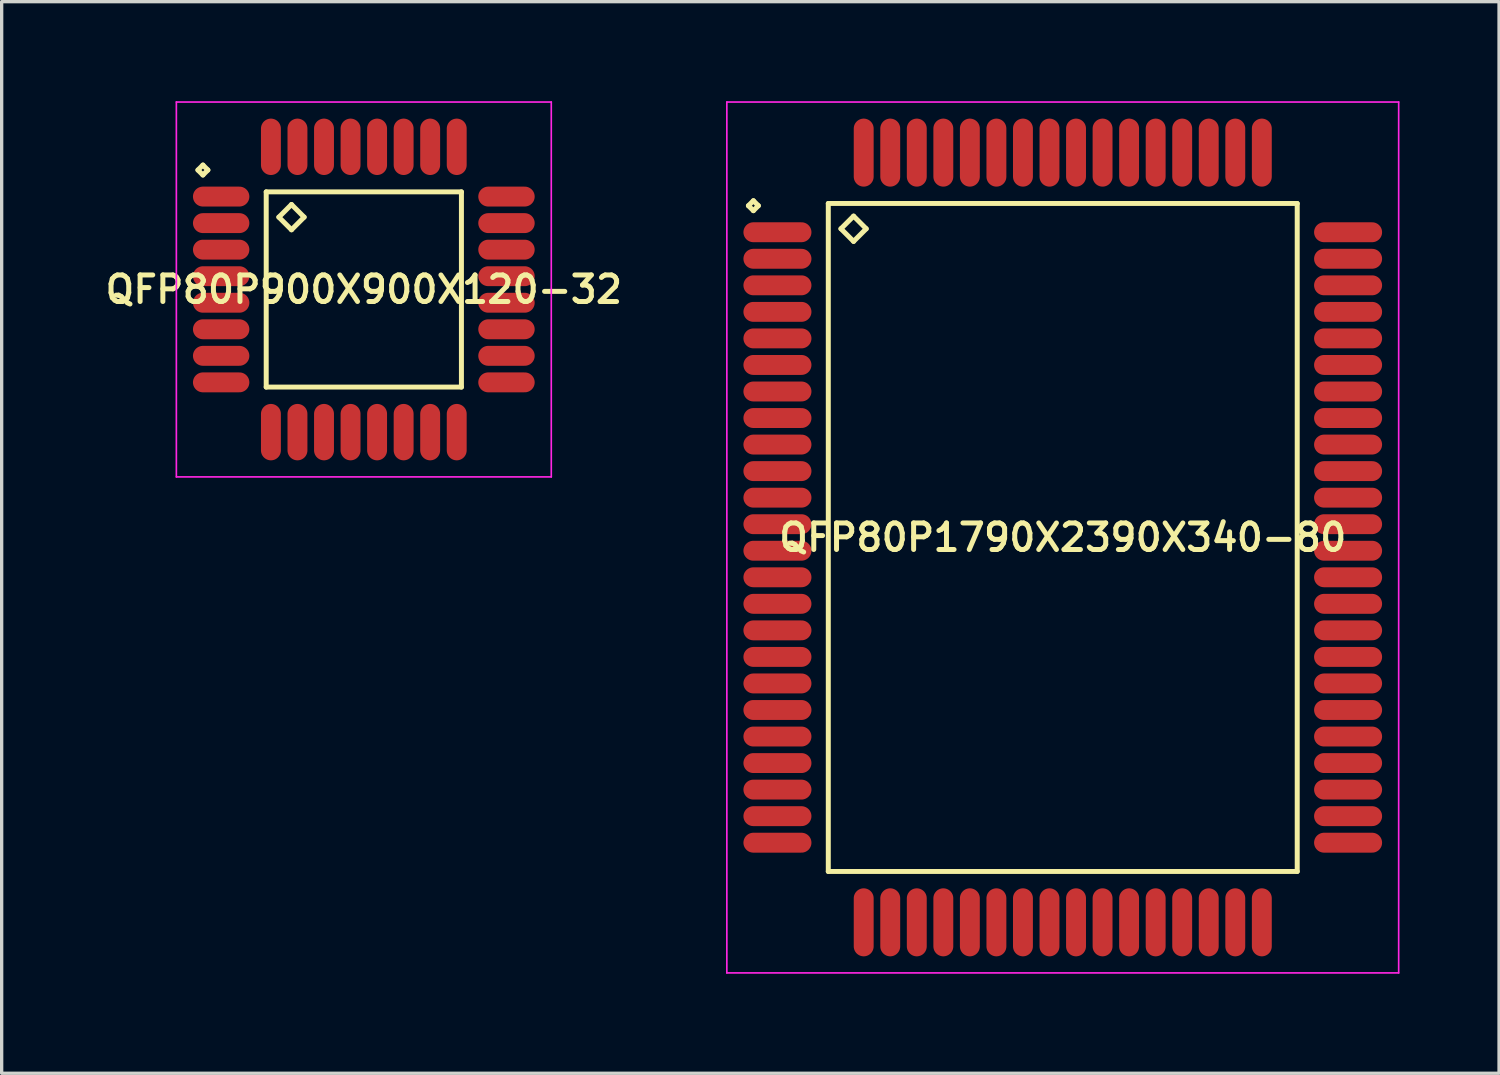
<source format=kicad_pcb>
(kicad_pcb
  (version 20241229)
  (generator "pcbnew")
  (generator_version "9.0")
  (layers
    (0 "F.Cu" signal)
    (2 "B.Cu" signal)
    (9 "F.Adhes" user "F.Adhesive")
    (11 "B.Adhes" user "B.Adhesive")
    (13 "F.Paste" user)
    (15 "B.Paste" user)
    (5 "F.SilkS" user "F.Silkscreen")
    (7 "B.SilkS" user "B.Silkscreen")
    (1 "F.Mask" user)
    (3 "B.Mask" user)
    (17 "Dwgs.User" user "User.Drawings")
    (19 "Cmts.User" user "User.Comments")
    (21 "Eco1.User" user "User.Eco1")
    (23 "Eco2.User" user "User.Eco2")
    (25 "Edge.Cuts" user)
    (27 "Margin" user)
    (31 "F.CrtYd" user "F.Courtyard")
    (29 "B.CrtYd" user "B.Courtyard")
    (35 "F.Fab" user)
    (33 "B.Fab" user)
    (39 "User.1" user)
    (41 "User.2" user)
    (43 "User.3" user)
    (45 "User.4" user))
  (footprint "QFP80P900X900X120-32"
    (layer "F.Cu")
    (at 7.916 5.675)
    (property "Reference" "QFP80P900X900X120-32" (at 0 0 0) (layer "F.SilkS") (effects (font (size 0.8 0.8) (thickness 0.15))))
    (attr smd)
    (fp_line (start -5 -3.6) (end -4.85 -3.75) (stroke (width 0.15) (type solid)) (layer "F.SilkS"))
    (fp_line (start -4.85 -3.75) (end -4.7 -3.6) (stroke (width 0.15) (type solid)) (layer "F.SilkS"))
    (fp_line (start -4.85 -3.45) (end -5 -3.6) (stroke (width 0.15) (type solid)) (layer "F.SilkS"))
    (fp_line (start -4.7 -3.6) (end -4.85 -3.45) (stroke (width 0.15) (type solid)) (layer "F.SilkS"))
    (fp_line (start -2.942 -2.942) (end -2.942 2.942) (stroke (width 0.15) (type solid)) (layer "F.SilkS"))
    (fp_line (start -2.942 2.942) (end 2.942 2.942) (stroke (width 0.15) (type solid)) (layer "F.SilkS"))
    (fp_line (start -2.561 -2.18) (end -2.18 -2.561) (stroke (width 0.15) (type solid)) (layer "F.SilkS"))
    (fp_line (start -2.18 -2.561) (end -1.799 -2.18) (stroke (width 0.15) (type solid)) (layer "F.SilkS"))
    (fp_line (start -2.18 -1.799) (end -2.561 -2.18) (stroke (width 0.15) (type solid)) (layer "F.SilkS"))
    (fp_line (start -1.799 -2.18) (end -2.18 -1.799) (stroke (width 0.15) (type solid)) (layer "F.SilkS"))
    (fp_line (start 2.942 -2.942) (end -2.942 -2.942) (stroke (width 0.15) (type solid)) (layer "F.SilkS"))
    (fp_line (start 2.942 2.942) (end 2.942 -2.942) (stroke (width 0.15) (type solid)) (layer "F.SilkS"))
    (fp_line (start -5.65 -5.65) (end 5.65 -5.65) (stroke (width 0.05) (type solid)) (layer "F.CrtYd"))
    (fp_line (start -5.65 5.65) (end -5.65 -5.65) (stroke (width 0.05) (type solid)) (layer "F.CrtYd"))
    (fp_line (start 5.65 -5.65) (end 5.65 5.65) (stroke (width 0.05) (type solid)) (layer "F.CrtYd"))
    (fp_line (start 5.65 5.65) (end -5.65 5.65) (stroke (width 0.05) (type solid)) (layer "F.CrtYd"))
    (pad "1" smd oval (at -4.3 -2.8) (size 1.7 0.6) (layers "F.Cu" "F.Mask" "F.Paste"))
    (pad "2" smd oval (at -4.3 -2) (size 1.7 0.6) (layers "F.Cu" "F.Mask" "F.Paste"))
    (pad "3" smd oval (at -4.3 -1.2) (size 1.7 0.6) (layers "F.Cu" "F.Mask" "F.Paste"))
    (pad "4" smd oval (at -4.3 -0.4) (size 1.7 0.6) (layers "F.Cu" "F.Mask" "F.Paste"))
    (pad "5" smd oval (at -4.3 0.4) (size 1.7 0.6) (layers "F.Cu" "F.Mask" "F.Paste"))
    (pad "6" smd oval (at -4.3 1.2) (size 1.7 0.6) (layers "F.Cu" "F.Mask" "F.Paste"))
    (pad "7" smd oval (at -4.3 2) (size 1.7 0.6) (layers "F.Cu" "F.Mask" "F.Paste"))
    (pad "8" smd oval (at -4.3 2.8) (size 1.7 0.6) (layers "F.Cu" "F.Mask" "F.Paste"))
    (pad "9" smd oval (at -2.8 4.3) (size 0.6 1.7) (layers "F.Cu" "F.Mask" "F.Paste"))
    (pad "10" smd oval (at -2 4.3) (size 0.6 1.7) (layers "F.Cu" "F.Mask" "F.Paste"))
    (pad "11" smd oval (at -1.2 4.3) (size 0.6 1.7) (layers "F.Cu" "F.Mask" "F.Paste"))
    (pad "12" smd oval (at -0.4 4.3) (size 0.6 1.7) (layers "F.Cu" "F.Mask" "F.Paste"))
    (pad "13" smd oval (at 0.4 4.3) (size 0.6 1.7) (layers "F.Cu" "F.Mask" "F.Paste"))
    (pad "14" smd oval (at 1.2 4.3) (size 0.6 1.7) (layers "F.Cu" "F.Mask" "F.Paste"))
    (pad "15" smd oval (at 2 4.3) (size 0.6 1.7) (layers "F.Cu" "F.Mask" "F.Paste"))
    (pad "16" smd oval (at 2.8 4.3) (size 0.6 1.7) (layers "F.Cu" "F.Mask" "F.Paste"))
    (pad "17" smd oval (at 4.3 2.8) (size 1.7 0.6) (layers "F.Cu" "F.Mask" "F.Paste"))
    (pad "18" smd oval (at 4.3 2) (size 1.7 0.6) (layers "F.Cu" "F.Mask" "F.Paste"))
    (pad "19" smd oval (at 4.3 1.2) (size 1.7 0.6) (layers "F.Cu" "F.Mask" "F.Paste"))
    (pad "20" smd oval (at 4.3 0.4) (size 1.7 0.6) (layers "F.Cu" "F.Mask" "F.Paste"))
    (pad "21" smd oval (at 4.3 -0.4) (size 1.7 0.6) (layers "F.Cu" "F.Mask" "F.Paste"))
    (pad "22" smd oval (at 4.3 -1.2) (size 1.7 0.6) (layers "F.Cu" "F.Mask" "F.Paste"))
    (pad "23" smd oval (at 4.3 -2) (size 1.7 0.6) (layers "F.Cu" "F.Mask" "F.Paste"))
    (pad "24" smd oval (at 4.3 -2.8) (size 1.7 0.6) (layers "F.Cu" "F.Mask" "F.Paste"))
    (pad "25" smd oval (at 2.8 -4.3) (size 0.6 1.7) (layers "F.Cu" "F.Mask" "F.Paste"))
    (pad "26" smd oval (at 2 -4.3) (size 0.6 1.7) (layers "F.Cu" "F.Mask" "F.Paste"))
    (pad "27" smd oval (at 1.2 -4.3) (size 0.6 1.7) (layers "F.Cu" "F.Mask" "F.Paste"))
    (pad "28" smd oval (at 0.4 -4.3) (size 0.6 1.7) (layers "F.Cu" "F.Mask" "F.Paste"))
    (pad "29" smd oval (at -0.4 -4.3) (size 0.6 1.7) (layers "F.Cu" "F.Mask" "F.Paste"))
    (pad "30" smd oval (at -1.2 -4.3) (size 0.6 1.7) (layers "F.Cu" "F.Mask" "F.Paste"))
    (pad "31" smd oval (at -2 -4.3) (size 0.6 1.7) (layers "F.Cu" "F.Mask" "F.Paste"))
    (pad "32" smd oval (at -2.8 -4.3) (size 0.6 1.7) (layers "F.Cu" "F.Mask" "F.Paste")))
  (footprint "QFP80P1790X2390X340-80"
    (layer "F.Cu")
    (at 28.983 13.15)
    (property "Reference" "QFP80P1790X2390X340-80" (at 0 0 0) (layer "F.SilkS") (effects (font (size 0.8 0.8) (thickness 0.15))))
    (attr smd)
    (fp_line (start -9.475 -10) (end -9.325 -10.15) (stroke (width 0.15) (type solid)) (layer "F.SilkS"))
    (fp_line (start -9.325 -10.15) (end -9.175 -10) (stroke (width 0.15) (type solid)) (layer "F.SilkS"))
    (fp_line (start -9.325 -9.85) (end -9.475 -10) (stroke (width 0.15) (type solid)) (layer "F.SilkS"))
    (fp_line (start -9.175 -10) (end -9.325 -9.85) (stroke (width 0.15) (type solid)) (layer "F.SilkS"))
    (fp_line (start -7.067 -10.067) (end -7.067 10.067) (stroke (width 0.15) (type solid)) (layer "F.SilkS"))
    (fp_line (start -7.067 10.067) (end 7.067 10.067) (stroke (width 0.15) (type solid)) (layer "F.SilkS"))
    (fp_line (start -6.686 -9.305) (end -6.305 -9.686) (stroke (width 0.15) (type solid)) (layer "F.SilkS"))
    (fp_line (start -6.305 -9.686) (end -5.924 -9.305) (stroke (width 0.15) (type solid)) (layer "F.SilkS"))
    (fp_line (start -6.305 -8.924) (end -6.686 -9.305) (stroke (width 0.15) (type solid)) (layer "F.SilkS"))
    (fp_line (start -5.924 -9.305) (end -6.305 -8.924) (stroke (width 0.15) (type solid)) (layer "F.SilkS"))
    (fp_line (start 7.067 -10.067) (end -7.067 -10.067) (stroke (width 0.15) (type solid)) (layer "F.SilkS"))
    (fp_line (start 7.067 10.067) (end 7.067 -10.067) (stroke (width 0.15) (type solid)) (layer "F.SilkS"))
    (fp_line (start -10.125 -13.125) (end 10.125 -13.125) (stroke (width 0.05) (type solid)) (layer "F.CrtYd"))
    (fp_line (start -10.125 13.125) (end -10.125 -13.125) (stroke (width 0.05) (type solid)) (layer "F.CrtYd"))
    (fp_line (start 10.125 -13.125) (end 10.125 13.125) (stroke (width 0.05) (type solid)) (layer "F.CrtYd"))
    (fp_line (start 10.125 13.125) (end -10.125 13.125) (stroke (width 0.05) (type solid)) (layer "F.CrtYd"))
    (pad "1" smd oval (at -8.6 -9.2) (size 2.05 0.6) (layers "F.Cu" "F.Mask" "F.Paste"))
    (pad "2" smd oval (at -8.6 -8.4) (size 2.05 0.6) (layers "F.Cu" "F.Mask" "F.Paste"))
    (pad "3" smd oval (at -8.6 -7.6) (size 2.05 0.6) (layers "F.Cu" "F.Mask" "F.Paste"))
    (pad "4" smd oval (at -8.6 -6.8) (size 2.05 0.6) (layers "F.Cu" "F.Mask" "F.Paste"))
    (pad "5" smd oval (at -8.6 -6) (size 2.05 0.6) (layers "F.Cu" "F.Mask" "F.Paste"))
    (pad "6" smd oval (at -8.6 -5.2) (size 2.05 0.6) (layers "F.Cu" "F.Mask" "F.Paste"))
    (pad "7" smd oval (at -8.6 -4.4) (size 2.05 0.6) (layers "F.Cu" "F.Mask" "F.Paste"))
    (pad "8" smd oval (at -8.6 -3.6) (size 2.05 0.6) (layers "F.Cu" "F.Mask" "F.Paste"))
    (pad "9" smd oval (at -8.6 -2.8) (size 2.05 0.6) (layers "F.Cu" "F.Mask" "F.Paste"))
    (pad "10" smd oval (at -8.6 -2) (size 2.05 0.6) (layers "F.Cu" "F.Mask" "F.Paste"))
    (pad "11" smd oval (at -8.6 -1.2) (size 2.05 0.6) (layers "F.Cu" "F.Mask" "F.Paste"))
    (pad "12" smd oval (at -8.6 -0.4) (size 2.05 0.6) (layers "F.Cu" "F.Mask" "F.Paste"))
    (pad "13" smd oval (at -8.6 0.4) (size 2.05 0.6) (layers "F.Cu" "F.Mask" "F.Paste"))
    (pad "14" smd oval (at -8.6 1.2) (size 2.05 0.6) (layers "F.Cu" "F.Mask" "F.Paste"))
    (pad "15" smd oval (at -8.6 2) (size 2.05 0.6) (layers "F.Cu" "F.Mask" "F.Paste"))
    (pad "16" smd oval (at -8.6 2.8) (size 2.05 0.6) (layers "F.Cu" "F.Mask" "F.Paste"))
    (pad "17" smd oval (at -8.6 3.6) (size 2.05 0.6) (layers "F.Cu" "F.Mask" "F.Paste"))
    (pad "18" smd oval (at -8.6 4.4) (size 2.05 0.6) (layers "F.Cu" "F.Mask" "F.Paste"))
    (pad "19" smd oval (at -8.6 5.2) (size 2.05 0.6) (layers "F.Cu" "F.Mask" "F.Paste"))
    (pad "20" smd oval (at -8.6 6) (size 2.05 0.6) (layers "F.Cu" "F.Mask" "F.Paste"))
    (pad "21" smd oval (at -8.6 6.8) (size 2.05 0.6) (layers "F.Cu" "F.Mask" "F.Paste"))
    (pad "22" smd oval (at -8.6 7.6) (size 2.05 0.6) (layers "F.Cu" "F.Mask" "F.Paste"))
    (pad "23" smd oval (at -8.6 8.4) (size 2.05 0.6) (layers "F.Cu" "F.Mask" "F.Paste"))
    (pad "24" smd oval (at -8.6 9.2) (size 2.05 0.6) (layers "F.Cu" "F.Mask" "F.Paste"))
    (pad "25" smd oval (at -6 11.6) (size 0.6 2.05) (layers "F.Cu" "F.Mask" "F.Paste"))
    (pad "26" smd oval (at -5.2 11.6) (size 0.6 2.05) (layers "F.Cu" "F.Mask" "F.Paste"))
    (pad "27" smd oval (at -4.4 11.6) (size 0.6 2.05) (layers "F.Cu" "F.Mask" "F.Paste"))
    (pad "28" smd oval (at -3.6 11.6) (size 0.6 2.05) (layers "F.Cu" "F.Mask" "F.Paste"))
    (pad "29" smd oval (at -2.8 11.6) (size 0.6 2.05) (layers "F.Cu" "F.Mask" "F.Paste"))
    (pad "30" smd oval (at -2 11.6) (size 0.6 2.05) (layers "F.Cu" "F.Mask" "F.Paste"))
    (pad "31" smd oval (at -1.2 11.6) (size 0.6 2.05) (layers "F.Cu" "F.Mask" "F.Paste"))
    (pad "32" smd oval (at -0.4 11.6) (size 0.6 2.05) (layers "F.Cu" "F.Mask" "F.Paste"))
    (pad "33" smd oval (at 0.4 11.6) (size 0.6 2.05) (layers "F.Cu" "F.Mask" "F.Paste"))
    (pad "34" smd oval (at 1.2 11.6) (size 0.6 2.05) (layers "F.Cu" "F.Mask" "F.Paste"))
    (pad "35" smd oval (at 2 11.6) (size 0.6 2.05) (layers "F.Cu" "F.Mask" "F.Paste"))
    (pad "36" smd oval (at 2.8 11.6) (size 0.6 2.05) (layers "F.Cu" "F.Mask" "F.Paste"))
    (pad "37" smd oval (at 3.6 11.6) (size 0.6 2.05) (layers "F.Cu" "F.Mask" "F.Paste"))
    (pad "38" smd oval (at 4.4 11.6) (size 0.6 2.05) (layers "F.Cu" "F.Mask" "F.Paste"))
    (pad "39" smd oval (at 5.2 11.6) (size 0.6 2.05) (layers "F.Cu" "F.Mask" "F.Paste"))
    (pad "40" smd oval (at 6 11.6) (size 0.6 2.05) (layers "F.Cu" "F.Mask" "F.Paste"))
    (pad "41" smd oval (at 8.6 9.2) (size 2.05 0.6) (layers "F.Cu" "F.Mask" "F.Paste"))
    (pad "42" smd oval (at 8.6 8.4) (size 2.05 0.6) (layers "F.Cu" "F.Mask" "F.Paste"))
    (pad "43" smd oval (at 8.6 7.6) (size 2.05 0.6) (layers "F.Cu" "F.Mask" "F.Paste"))
    (pad "44" smd oval (at 8.6 6.8) (size 2.05 0.6) (layers "F.Cu" "F.Mask" "F.Paste"))
    (pad "45" smd oval (at 8.6 6) (size 2.05 0.6) (layers "F.Cu" "F.Mask" "F.Paste"))
    (pad "46" smd oval (at 8.6 5.2) (size 2.05 0.6) (layers "F.Cu" "F.Mask" "F.Paste"))
    (pad "47" smd oval (at 8.6 4.4) (size 2.05 0.6) (layers "F.Cu" "F.Mask" "F.Paste"))
    (pad "48" smd oval (at 8.6 3.6) (size 2.05 0.6) (layers "F.Cu" "F.Mask" "F.Paste"))
    (pad "49" smd oval (at 8.6 2.8) (size 2.05 0.6) (layers "F.Cu" "F.Mask" "F.Paste"))
    (pad "50" smd oval (at 8.6 2) (size 2.05 0.6) (layers "F.Cu" "F.Mask" "F.Paste"))
    (pad "51" smd oval (at 8.6 1.2) (size 2.05 0.6) (layers "F.Cu" "F.Mask" "F.Paste"))
    (pad "52" smd oval (at 8.6 0.4) (size 2.05 0.6) (layers "F.Cu" "F.Mask" "F.Paste"))
    (pad "53" smd oval (at 8.6 -0.4) (size 2.05 0.6) (layers "F.Cu" "F.Mask" "F.Paste"))
    (pad "54" smd oval (at 8.6 -1.2) (size 2.05 0.6) (layers "F.Cu" "F.Mask" "F.Paste"))
    (pad "55" smd oval (at 8.6 -2) (size 2.05 0.6) (layers "F.Cu" "F.Mask" "F.Paste"))
    (pad "56" smd oval (at 8.6 -2.8) (size 2.05 0.6) (layers "F.Cu" "F.Mask" "F.Paste"))
    (pad "57" smd oval (at 8.6 -3.6) (size 2.05 0.6) (layers "F.Cu" "F.Mask" "F.Paste"))
    (pad "58" smd oval (at 8.6 -4.4) (size 2.05 0.6) (layers "F.Cu" "F.Mask" "F.Paste"))
    (pad "59" smd oval (at 8.6 -5.2) (size 2.05 0.6) (layers "F.Cu" "F.Mask" "F.Paste"))
    (pad "60" smd oval (at 8.6 -6) (size 2.05 0.6) (layers "F.Cu" "F.Mask" "F.Paste"))
    (pad "61" smd oval (at 8.6 -6.8) (size 2.05 0.6) (layers "F.Cu" "F.Mask" "F.Paste"))
    (pad "62" smd oval (at 8.6 -7.6) (size 2.05 0.6) (layers "F.Cu" "F.Mask" "F.Paste"))
    (pad "63" smd oval (at 8.6 -8.4) (size 2.05 0.6) (layers "F.Cu" "F.Mask" "F.Paste"))
    (pad "64" smd oval (at 8.6 -9.2) (size 2.05 0.6) (layers "F.Cu" "F.Mask" "F.Paste"))
    (pad "65" smd oval (at 6 -11.6) (size 0.6 2.05) (layers "F.Cu" "F.Mask" "F.Paste"))
    (pad "66" smd oval (at 5.2 -11.6) (size 0.6 2.05) (layers "F.Cu" "F.Mask" "F.Paste"))
    (pad "67" smd oval (at 4.4 -11.6) (size 0.6 2.05) (layers "F.Cu" "F.Mask" "F.Paste"))
    (pad "68" smd oval (at 3.6 -11.6) (size 0.6 2.05) (layers "F.Cu" "F.Mask" "F.Paste"))
    (pad "69" smd oval (at 2.8 -11.6) (size 0.6 2.05) (layers "F.Cu" "F.Mask" "F.Paste"))
    (pad "70" smd oval (at 2 -11.6) (size 0.6 2.05) (layers "F.Cu" "F.Mask" "F.Paste"))
    (pad "71" smd oval (at 1.2 -11.6) (size 0.6 2.05) (layers "F.Cu" "F.Mask" "F.Paste"))
    (pad "72" smd oval (at 0.4 -11.6) (size 0.6 2.05) (layers "F.Cu" "F.Mask" "F.Paste"))
    (pad "73" smd oval (at -0.4 -11.6) (size 0.6 2.05) (layers "F.Cu" "F.Mask" "F.Paste"))
    (pad "74" smd oval (at -1.2 -11.6) (size 0.6 2.05) (layers "F.Cu" "F.Mask" "F.Paste"))
    (pad "75" smd oval (at -2 -11.6) (size 0.6 2.05) (layers "F.Cu" "F.Mask" "F.Paste"))
    (pad "76" smd oval (at -2.8 -11.6) (size 0.6 2.05) (layers "F.Cu" "F.Mask" "F.Paste"))
    (pad "77" smd oval (at -3.6 -11.6) (size 0.6 2.05) (layers "F.Cu" "F.Mask" "F.Paste"))
    (pad "78" smd oval (at -4.4 -11.6) (size 0.6 2.05) (layers "F.Cu" "F.Mask" "F.Paste"))
    (pad "79" smd oval (at -5.2 -11.6) (size 0.6 2.05) (layers "F.Cu" "F.Mask" "F.Paste"))
    (pad "80" smd oval (at -6 -11.6) (size 0.6 2.05) (layers "F.Cu" "F.Mask" "F.Paste")))
  (gr_rect
    (start -3 -3)
    (end 42.133 29.3)
    (stroke (width 0.1) (type default))
    (fill no)
    (layer "Edge.Cuts")))
</source>
